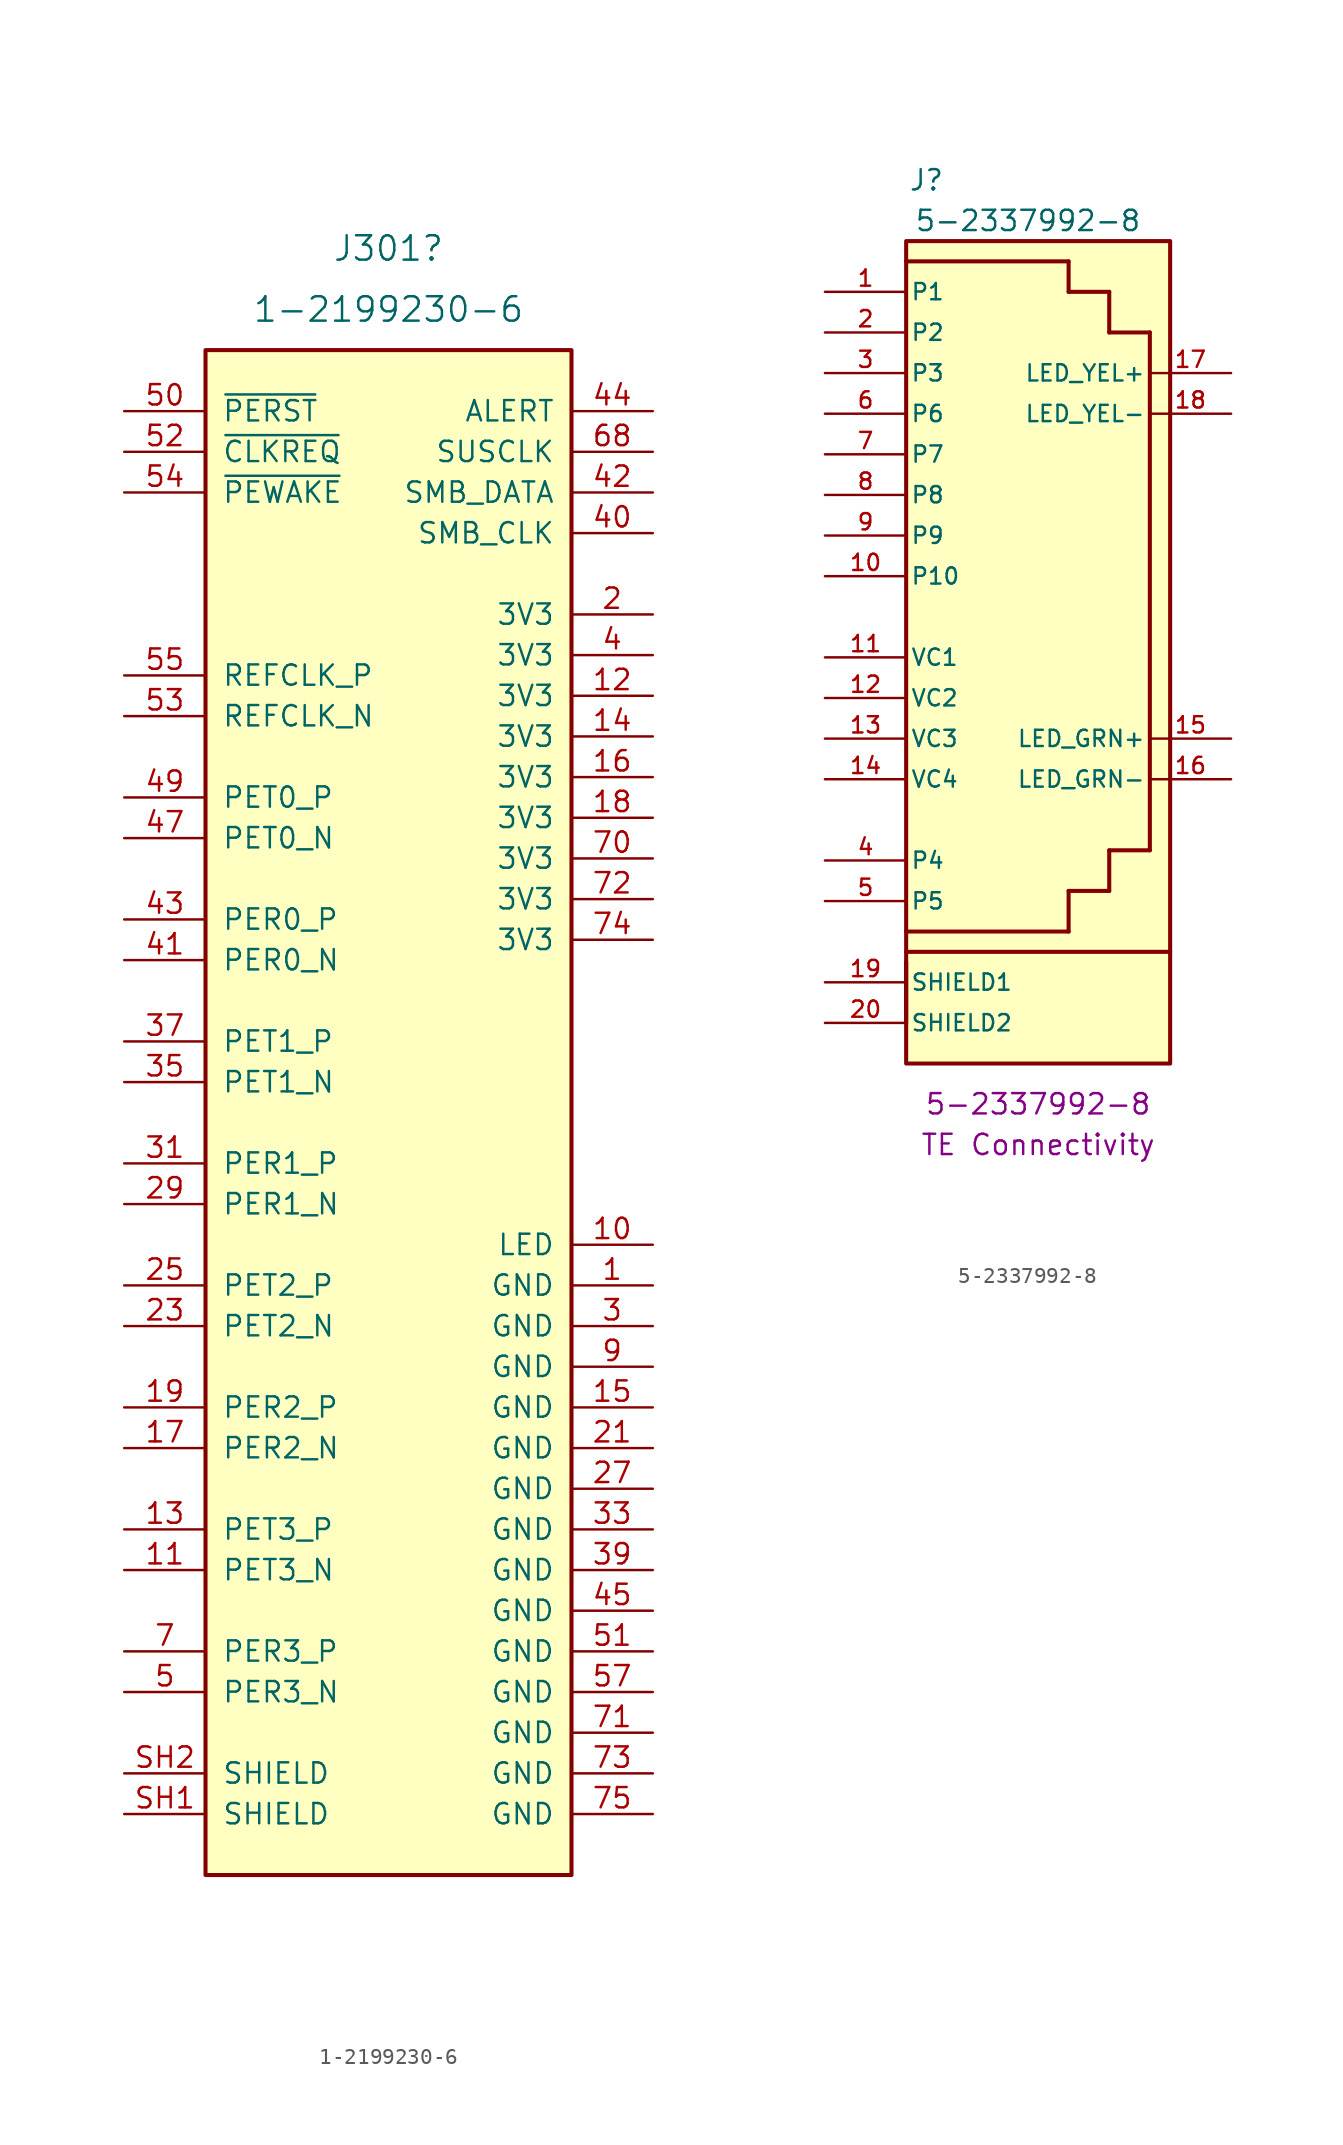
<source format=kicad_sym>
(kicad_symbol_lib
  (version 20220914)
  (generator kicad_symbol_editor)
  (symbol "1-2199230-6"
    (pin_names
      (offset 1.016))
    (property "Reference" "J301"
      (at 0 72.39 0)
      (effects (font (size 1.524 1.524))))
    (property "Value" "1-2199230-6"
      (at 0 68.58 0)
      (effects (font (size 1.524 1.524))))
    (symbol "1-2199230-6_0_1"
      (rectangle (start -11.43 66.04) (end 11.43 -29.21) (stroke (width 0.254) (type default)) (fill (type background)))
      (pin passive line (at 16.51 7.62 180) (length 5.08) (name "GND" (effects (font (size 1.27 1.27)))) (number "1" (effects (font (size 1.27 1.27)))))
      (pin passive line (at 16.51 10.16 180) (length 5.08) (name "LED" (effects (font (size 1.27 1.27)))) (number "10" (effects (font (size 1.27 1.27)))))
      (pin passive line (at -16.51 -10.16 0) (length 5.08) (name "PET3_N" (effects (font (size 1.27 1.27)))) (number "11" (effects (font (size 1.27 1.27)))))
      (pin passive line (at 16.51 44.45 180) (length 5.08) (name "3V3" (effects (font (size 1.27 1.27)))) (number "12" (effects (font (size 1.27 1.27)))))
      (pin passive line (at -16.51 -7.62 0) (length 5.08) (name "PET3_P" (effects (font (size 1.27 1.27)))) (number "13" (effects (font (size 1.27 1.27)))))
      (pin passive line (at 16.51 41.91 180) (length 5.08) (name "3V3" (effects (font (size 1.27 1.27)))) (number "14" (effects (font (size 1.27 1.27)))))
      (pin passive line (at 16.51 0 180) (length 5.08) (name "GND" (effects (font (size 1.27 1.27)))) (number "15" (effects (font (size 1.27 1.27)))))
      (pin passive line (at 16.51 39.37 180) (length 5.08) (name "3V3" (effects (font (size 1.27 1.27)))) (number "16" (effects (font (size 1.27 1.27)))))
      (pin passive line (at -16.51 -2.54 0) (length 5.08) (name "PER2_N" (effects (font (size 1.27 1.27)))) (number "17" (effects (font (size 1.27 1.27)))))
      (pin passive line (at 16.51 36.83 180) (length 5.08) (name "3V3" (effects (font (size 1.27 1.27)))) (number "18" (effects (font (size 1.27 1.27)))))
      (pin passive line (at -16.51 0 0) (length 5.08) (name "PER2_P" (effects (font (size 1.27 1.27)))) (number "19" (effects (font (size 1.27 1.27)))))
      (pin passive line (at 16.51 49.53 180) (length 5.08) (name "3V3" (effects (font (size 1.27 1.27)))) (number "2" (effects (font (size 1.27 1.27)))))
      (pin no_connect line (at -11.43 50.8 0) (length 5.08) hide (name "NC" (effects (font (size 1.27 1.27)))) (number "20" (effects (font (size 1.27 1.27)))))
      (pin passive line (at 16.51 -2.54 180) (length 5.08) (name "GND" (effects (font (size 1.27 1.27)))) (number "21" (effects (font (size 1.27 1.27)))))
      (pin no_connect line (at -11.43 49.53 0) (length 5.08) hide (name "NC" (effects (font (size 1.27 1.27)))) (number "22" (effects (font (size 1.27 1.27)))))
      (pin passive line (at -16.51 5.08 0) (length 5.08) (name "PET2_N" (effects (font (size 1.27 1.27)))) (number "23" (effects (font (size 1.27 1.27)))))
      (pin no_connect line (at -11.43 52.07 0) (length 5.08) hide (name "NC" (effects (font (size 1.27 1.27)))) (number "24" (effects (font (size 1.27 1.27)))))
      (pin passive line (at -16.51 7.62 0) (length 5.08) (name "PET2_P" (effects (font (size 1.27 1.27)))) (number "25" (effects (font (size 1.27 1.27)))))
      (pin no_connect line (at 11.43 16.51 180) (length 5.08) hide (name "NC" (effects (font (size 1.27 1.27)))) (number "26" (effects (font (size 1.27 1.27)))))
      (pin passive line (at 16.51 -5.08 180) (length 5.08) (name "GND" (effects (font (size 1.27 1.27)))) (number "27" (effects (font (size 1.27 1.27)))))
      (pin no_connect line (at 11.43 17.78 180) (length 5.08) hide (name "NC" (effects (font (size 1.27 1.27)))) (number "28" (effects (font (size 1.27 1.27)))))
      (pin passive line (at -16.51 12.7 0) (length 5.08) (name "PER1_N" (effects (font (size 1.27 1.27)))) (number "29" (effects (font (size 1.27 1.27)))))
      (pin passive line (at 16.51 5.08 180) (length 5.08) (name "GND" (effects (font (size 1.27 1.27)))) (number "3" (effects (font (size 1.27 1.27)))))
      (pin no_connect line (at 11.43 19.05 180) (length 5.08) hide (name "NC" (effects (font (size 1.27 1.27)))) (number "30" (effects (font (size 1.27 1.27)))))
      (pin passive line (at -16.51 15.24 0) (length 5.08) (name "PER1_P" (effects (font (size 1.27 1.27)))) (number "31" (effects (font (size 1.27 1.27)))))
      (pin no_connect line (at 11.43 20.32 180) (length 5.08) hide (name "NC" (effects (font (size 1.27 1.27)))) (number "32" (effects (font (size 1.27 1.27)))))
      (pin passive line (at 16.51 -7.62 180) (length 5.08) (name "GND" (effects (font (size 1.27 1.27)))) (number "33" (effects (font (size 1.27 1.27)))))
      (pin no_connect line (at 11.43 21.59 180) (length 5.08) hide (name "NC" (effects (font (size 1.27 1.27)))) (number "34" (effects (font (size 1.27 1.27)))))
      (pin passive line (at -16.51 20.32 0) (length 5.08) (name "PET1_N" (effects (font (size 1.27 1.27)))) (number "35" (effects (font (size 1.27 1.27)))))
      (pin no_connect line (at 11.43 22.86 180) (length 5.08) hide (name "NC" (effects (font (size 1.27 1.27)))) (number "36" (effects (font (size 1.27 1.27)))))
      (pin passive line (at -16.51 22.86 0) (length 5.08) (name "PET1_P" (effects (font (size 1.27 1.27)))) (number "37" (effects (font (size 1.27 1.27)))))
      (pin no_connect line (at 11.43 24.13 180) (length 5.08) hide (name "NC" (effects (font (size 1.27 1.27)))) (number "38" (effects (font (size 1.27 1.27)))))
      (pin passive line (at 16.51 -10.16 180) (length 5.08) (name "GND" (effects (font (size 1.27 1.27)))) (number "39" (effects (font (size 1.27 1.27)))))
      (pin passive line (at 16.51 46.99 180) (length 5.08) (name "3V3" (effects (font (size 1.27 1.27)))) (number "4" (effects (font (size 1.27 1.27)))))
      (pin passive line (at 16.51 54.61 180) (length 5.08) (name "SMB_CLK" (effects (font (size 1.27 1.27)))) (number "40" (effects (font (size 1.27 1.27)))))
      (pin passive line (at -16.51 27.94 0) (length 5.08) (name "PER0_N" (effects (font (size 1.27 1.27)))) (number "41" (effects (font (size 1.27 1.27)))))
      (pin passive line (at 16.51 57.15 180) (length 5.08) (name "SMB_DATA" (effects (font (size 1.27 1.27)))) (number "42" (effects (font (size 1.27 1.27)))))
      (pin passive line (at -16.51 30.48 0) (length 5.08) (name "PER0_P" (effects (font (size 1.27 1.27)))) (number "43" (effects (font (size 1.27 1.27)))))
      (pin passive line (at 16.51 62.23 180) (length 5.08) (name "ALERT" (effects (font (size 1.27 1.27)))) (number "44" (effects (font (size 1.27 1.27)))))
      (pin passive line (at 16.51 -12.7 180) (length 5.08) (name "GND" (effects (font (size 1.27 1.27)))) (number "45" (effects (font (size 1.27 1.27)))))
      (pin no_connect line (at -11.43 40.64 0) (length 5.08) hide (name "NC" (effects (font (size 1.27 1.27)))) (number "46" (effects (font (size 1.27 1.27)))))
      (pin passive line (at -16.51 35.56 0) (length 5.08) (name "PET0_N" (effects (font (size 1.27 1.27)))) (number "47" (effects (font (size 1.27 1.27)))))
      (pin no_connect line (at -11.43 41.91 0) (length 5.08) hide (name "NC" (effects (font (size 1.27 1.27)))) (number "48" (effects (font (size 1.27 1.27)))))
      (pin passive line (at -16.51 38.1 0) (length 5.08) (name "PET0_P" (effects (font (size 1.27 1.27)))) (number "49" (effects (font (size 1.27 1.27)))))
      (pin passive line (at -16.51 -17.78 0) (length 5.08) (name "PER3_N" (effects (font (size 1.27 1.27)))) (number "5" (effects (font (size 1.27 1.27)))))
      (pin passive line (at -16.51 62.23 0) (length 5.08) (name "~{PERST}" (effects (font (size 1.27 1.27)))) (number "50" (effects (font (size 1.27 1.27)))))
      (pin passive line (at 16.51 -15.24 180) (length 5.08) (name "GND" (effects (font (size 1.27 1.27)))) (number "51" (effects (font (size 1.27 1.27)))))
      (pin passive line (at -16.51 59.69 0) (length 5.08) (name "~{CLKREQ}" (effects (font (size 1.27 1.27)))) (number "52" (effects (font (size 1.27 1.27)))))
      (pin passive line (at -16.51 43.18 0) (length 5.08) (name "REFCLK_N" (effects (font (size 1.27 1.27)))) (number "53" (effects (font (size 1.27 1.27)))))
      (pin passive line (at -16.51 57.15 0) (length 5.08) (name "~{PEWAKE}" (effects (font (size 1.27 1.27)))) (number "54" (effects (font (size 1.27 1.27)))))
      (pin passive line (at -16.51 45.72 0) (length 5.08) (name "REFCLK_P" (effects (font (size 1.27 1.27)))) (number "55" (effects (font (size 1.27 1.27)))))
      (pin no_connect line (at -11.43 46.99 0) (length 5.08) hide (name "NC" (effects (font (size 1.27 1.27)))) (number "56" (effects (font (size 1.27 1.27)))))
      (pin passive line (at 16.51 -17.78 180) (length 5.08) (name "GND" (effects (font (size 1.27 1.27)))) (number "57" (effects (font (size 1.27 1.27)))))
      (pin no_connect line (at -11.43 48.26 0) (length 5.08) hide (name "NC" (effects (font (size 1.27 1.27)))) (number "58" (effects (font (size 1.27 1.27)))))
      (pin no_connect line (at -11.43 33.02 0) (length 5.08) hide (name "NC" (effects (font (size 1.27 1.27)))) (number "6" (effects (font (size 1.27 1.27)))))
      (pin no_connect line (at 11.43 25.4 180) (length 5.08) hide (name "NC" (effects (font (size 1.27 1.27)))) (number "67" (effects (font (size 1.27 1.27)))))
      (pin passive line (at 16.51 59.69 180) (length 5.08) (name "SUSCLK" (effects (font (size 1.27 1.27)))) (number "68" (effects (font (size 1.27 1.27)))))
      (pin no_connect line (at 11.43 26.67 180) (length 5.08) hide (name "NC" (effects (font (size 1.27 1.27)))) (number "69" (effects (font (size 1.27 1.27)))))
      (pin passive line (at -16.51 -15.24 0) (length 5.08) (name "PER3_P" (effects (font (size 1.27 1.27)))) (number "7" (effects (font (size 1.27 1.27)))))
      (pin passive line (at 16.51 34.29 180) (length 5.08) (name "3V3" (effects (font (size 1.27 1.27)))) (number "70" (effects (font (size 1.27 1.27)))))
      (pin passive line (at 16.51 -20.32 180) (length 5.08) (name "GND" (effects (font (size 1.27 1.27)))) (number "71" (effects (font (size 1.27 1.27)))))
      (pin passive line (at 16.51 31.75 180) (length 5.08) (name "3V3" (effects (font (size 1.27 1.27)))) (number "72" (effects (font (size 1.27 1.27)))))
      (pin passive line (at 16.51 -22.86 180) (length 5.08) (name "GND" (effects (font (size 1.27 1.27)))) (number "73" (effects (font (size 1.27 1.27)))))
      (pin passive line (at 16.51 29.21 180) (length 5.08) (name "3V3" (effects (font (size 1.27 1.27)))) (number "74" (effects (font (size 1.27 1.27)))))
      (pin passive line (at 16.51 -25.4 180) (length 5.08) (name "GND" (effects (font (size 1.27 1.27)))) (number "75" (effects (font (size 1.27 1.27)))))
      (pin no_connect line (at -11.43 34.29 0) (length 5.08) hide (name "NC" (effects (font (size 1.27 1.27)))) (number "8" (effects (font (size 1.27 1.27)))))
      (pin passive line (at 16.51 2.54 180) (length 5.08) (name "GND" (effects (font (size 1.27 1.27)))) (number "9" (effects (font (size 1.27 1.27)))))
      (pin passive line (at -16.51 -25.4 0) (length 5.08) (name "SHIELD" (effects (font (size 1.27 1.27)))) (number "SH1" (effects (font (size 1.27 1.27)))))
      (pin passive line (at -16.51 -22.86 0) (length 5.08) (name "SHIELD" (effects (font (size 1.27 1.27)))) (number "SH2" (effects (font (size 1.27 1.27)))))))
  (symbol "5-2337992-8"
    (pin_names
      (offset 0.254))
    (property "Reference" "J"
      (at -6.35 27.305 0)
      (effects (font (size 1.27 1.27))))
    (property "Value" "5-2337992-8"
      (at 0 24.765 0)
      (effects (font (size 1.27 1.27))))
    (property "MPN" "5-2337992-8"
      (at 0.635 -30.48 0)
      (effects (font (size 1.27 1.27))))
    (property "Manufacturer" "TE Connectivity"
      (at 0.635 -33.02 0)
      (effects (font (size 1.27 1.27))))
    (symbol "5-2337992-8_1_1"
      (rectangle (start -7.62 23.495) (end 8.89 -27.94) (stroke (width 0.254) (type default)) (fill (type background)))
      (polyline (pts (xy -7.62 -21.59) (xy -7.62 -25.4)) (stroke (width 0.254) (type default)) (fill (type none)))
      (polyline (pts (xy -7.62 22.225) (xy 2.54 22.225)) (stroke (width 0.254) (type default)) (fill (type none)))
      (polyline (pts (xy 2.54 -19.685) (xy -7.62 -19.685)) (stroke (width 0.254) (type default)) (fill (type none)))
      (polyline (pts (xy 2.54 -19.685) (xy 2.54 -17.145)) (stroke (width 0.254) (type default)) (fill (type none)))
      (polyline (pts (xy 2.54 -17.145) (xy 5.08 -17.145)) (stroke (width 0.254) (type default)) (fill (type none)))
      (polyline (pts (xy 2.54 20.32) (xy 5.08 20.32)) (stroke (width 0.254) (type default)) (fill (type none)))
      (polyline (pts (xy 2.54 22.225) (xy 2.54 20.32)) (stroke (width 0.254) (type default)) (fill (type none)))
      (polyline (pts (xy 5.08 -17.145) (xy 5.08 -14.605)) (stroke (width 0.254) (type default)) (fill (type none)))
      (polyline (pts (xy 5.08 -14.605) (xy 7.62 -14.605)) (stroke (width 0.254) (type default)) (fill (type none)))
      (polyline (pts (xy 5.08 17.78) (xy 7.62 17.78)) (stroke (width 0.254) (type default)) (fill (type none)))
      (polyline (pts (xy 5.08 20.32) (xy 5.08 17.78)) (stroke (width 0.254) (type default)) (fill (type none)))
      (polyline (pts (xy 7.62 17.78) (xy 7.62 -14.605)) (stroke (width 0.254) (type default)) (fill (type none)))
      (polyline (pts (xy 8.89 -20.955) (xy -7.62 -20.955)) (stroke (width 0.254) (type default)) (fill (type none)))
      (pin bidirectional line (at -12.7 20.32 0) (length 5.08) (name "P1" (effects (font (size 1.016 1.016)))) (number "1" (effects (font (size 1.016 1.016)))))
      (pin bidirectional line (at -12.7 2.54 0) (length 5.08) (name "P10" (effects (font (size 1.016 1.016)))) (number "10" (effects (font (size 1.016 1.016)))))
      (pin bidirectional line (at -12.7 -2.54 0) (length 5.08) (name "VC1" (effects (font (size 1.016 1.016)))) (number "11" (effects (font (size 1.016 1.016)))))
      (pin bidirectional line (at -12.7 -5.08 0) (length 5.08) (name "VC2" (effects (font (size 1.016 1.016)))) (number "12" (effects (font (size 1.016 1.016)))))
      (pin bidirectional line (at -12.7 -7.62 0) (length 5.08) (name "VC3" (effects (font (size 1.016 1.016)))) (number "13" (effects (font (size 1.016 1.016)))))
      (pin bidirectional line (at -12.7 -10.16 0) (length 5.08) (name "VC4" (effects (font (size 1.016 1.016)))) (number "14" (effects (font (size 1.016 1.016)))))
      (pin passive line (at 12.7 -7.62 180) (length 5.08) (name "LED_GRN+" (effects (font (size 1.016 1.016)))) (number "15" (effects (font (size 1.016 1.016)))))
      (pin passive line (at 12.7 -10.16 180) (length 5.08) (name "LED_GRN-" (effects (font (size 1.016 1.016)))) (number "16" (effects (font (size 1.016 1.016)))))
      (pin passive line (at 12.7 15.24 180) (length 5.08) (name "LED_YEL+" (effects (font (size 1.016 1.016)))) (number "17" (effects (font (size 1.016 1.016)))))
      (pin passive line (at 12.7 12.7 180) (length 5.08) (name "LED_YEL-" (effects (font (size 1.016 1.016)))) (number "18" (effects (font (size 1.016 1.016)))))
      (pin passive line (at -12.7 -22.86 0) (length 5.08) (name "SHIELD1" (effects (font (size 1.016 1.016)))) (number "19" (effects (font (size 1.016 1.016)))))
      (pin bidirectional line (at -12.7 17.78 0) (length 5.08) (name "P2" (effects (font (size 1.016 1.016)))) (number "2" (effects (font (size 1.016 1.016)))))
      (pin passive line (at -12.7 -25.4 0) (length 5.08) (name "SHIELD2" (effects (font (size 1.016 1.016)))) (number "20" (effects (font (size 1.016 1.016)))))
      (pin bidirectional line (at -12.7 15.24 0) (length 5.08) (name "P3" (effects (font (size 1.016 1.016)))) (number "3" (effects (font (size 1.016 1.016)))))
      (pin bidirectional line (at -12.7 -15.24 0) (length 5.08) (name "P4" (effects (font (size 1.016 1.016)))) (number "4" (effects (font (size 1.016 1.016)))))
      (pin bidirectional line (at -12.7 -17.78 0) (length 5.08) (name "P5" (effects (font (size 1.016 1.016)))) (number "5" (effects (font (size 1.016 1.016)))))
      (pin bidirectional line (at -12.7 12.7 0) (length 5.08) (name "P6" (effects (font (size 1.016 1.016)))) (number "6" (effects (font (size 1.016 1.016)))))
      (pin bidirectional line (at -12.7 10.16 0) (length 5.08) (name "P7" (effects (font (size 1.016 1.016)))) (number "7" (effects (font (size 1.016 1.016)))))
      (pin bidirectional line (at -12.7 7.62 0) (length 5.08) (name "P8" (effects (font (size 1.016 1.016)))) (number "8" (effects (font (size 1.016 1.016)))))
      (pin bidirectional line (at -12.7 5.08 0) (length 5.08) (name "P9" (effects (font (size 1.016 1.016)))) (number "9" (effects (font (size 1.016 1.016))))))))
</source>
